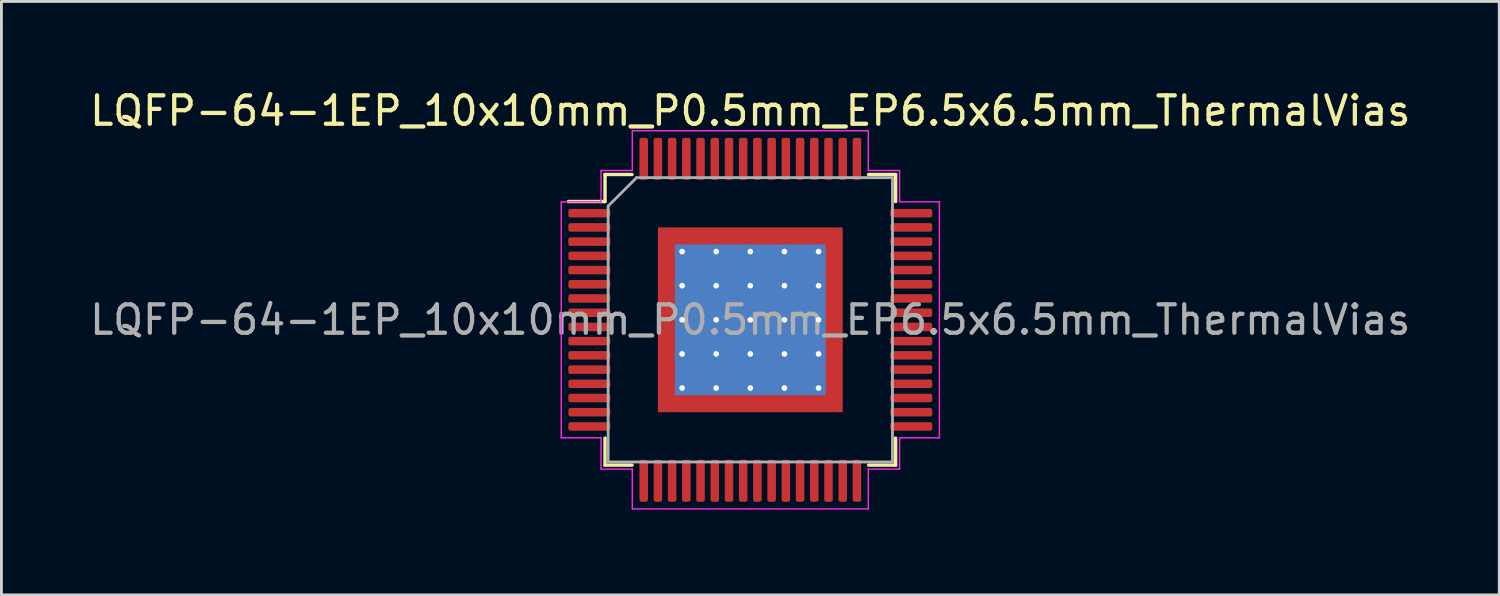
<source format=kicad_pcb>
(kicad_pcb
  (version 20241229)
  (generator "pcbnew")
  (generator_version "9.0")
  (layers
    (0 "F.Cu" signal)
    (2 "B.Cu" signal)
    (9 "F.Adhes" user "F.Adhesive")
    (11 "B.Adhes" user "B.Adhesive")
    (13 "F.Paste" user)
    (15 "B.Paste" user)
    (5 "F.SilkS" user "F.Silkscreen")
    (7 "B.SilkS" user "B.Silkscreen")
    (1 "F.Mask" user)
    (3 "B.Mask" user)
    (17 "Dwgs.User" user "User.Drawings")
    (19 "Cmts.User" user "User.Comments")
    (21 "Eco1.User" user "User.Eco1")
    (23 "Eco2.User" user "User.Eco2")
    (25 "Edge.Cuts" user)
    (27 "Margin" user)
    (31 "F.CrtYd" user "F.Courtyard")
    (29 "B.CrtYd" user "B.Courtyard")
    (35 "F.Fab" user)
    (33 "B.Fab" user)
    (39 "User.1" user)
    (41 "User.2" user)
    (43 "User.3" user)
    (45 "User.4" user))
  (footprint "LQFP-64-1EP_10x10mm_P0.5mm_EP6.5x6.5mm_ThermalVias"
    (layer "F.Cu")
    (at 23.339 8.198)
    (property "Reference" "LQFP-64-1EP_10x10mm_P0.5mm_EP6.5x6.5mm_ThermalVias" (at 0 -7.35 0) (layer "F.SilkS") (effects (font (size 1 1) (thickness 0.15))))
    (attr smd)
    (fp_line (start -5.11 -5.11) (end -5.11 -4.16) (stroke (width 0.12) (type solid)) (layer "F.SilkS"))
    (fp_line (start -5.11 -4.16) (end -6.4 -4.16) (stroke (width 0.12) (type solid)) (layer "F.SilkS"))
    (fp_line (start -5.11 5.11) (end -5.11 4.16) (stroke (width 0.12) (type solid)) (layer "F.SilkS"))
    (fp_line (start -4.16 -5.11) (end -5.11 -5.11) (stroke (width 0.12) (type solid)) (layer "F.SilkS"))
    (fp_line (start -4.16 5.11) (end -5.11 5.11) (stroke (width 0.12) (type solid)) (layer "F.SilkS"))
    (fp_line (start 4.16 -5.11) (end 5.11 -5.11) (stroke (width 0.12) (type solid)) (layer "F.SilkS"))
    (fp_line (start 4.16 5.11) (end 5.11 5.11) (stroke (width 0.12) (type solid)) (layer "F.SilkS"))
    (fp_line (start 5.11 -5.11) (end 5.11 -4.16) (stroke (width 0.12) (type solid)) (layer "F.SilkS"))
    (fp_line (start 5.11 5.11) (end 5.11 4.16) (stroke (width 0.12) (type solid)) (layer "F.SilkS"))
    (fp_line (start -6.65 -4.15) (end -6.65 0) (stroke (width 0.05) (type solid)) (layer "F.CrtYd"))
    (fp_line (start -6.65 4.15) (end -6.65 0) (stroke (width 0.05) (type solid)) (layer "F.CrtYd"))
    (fp_line (start -5.25 -5.25) (end -5.25 -4.15) (stroke (width 0.05) (type solid)) (layer "F.CrtYd"))
    (fp_line (start -5.25 -4.15) (end -6.65 -4.15) (stroke (width 0.05) (type solid)) (layer "F.CrtYd"))
    (fp_line (start -5.25 4.15) (end -6.65 4.15) (stroke (width 0.05) (type solid)) (layer "F.CrtYd"))
    (fp_line (start -5.25 5.25) (end -5.25 4.15) (stroke (width 0.05) (type solid)) (layer "F.CrtYd"))
    (fp_line (start -4.15 -6.65) (end -4.15 -5.25) (stroke (width 0.05) (type solid)) (layer "F.CrtYd"))
    (fp_line (start -4.15 -5.25) (end -5.25 -5.25) (stroke (width 0.05) (type solid)) (layer "F.CrtYd"))
    (fp_line (start -4.15 5.25) (end -5.25 5.25) (stroke (width 0.05) (type solid)) (layer "F.CrtYd"))
    (fp_line (start -4.15 6.65) (end -4.15 5.25) (stroke (width 0.05) (type solid)) (layer "F.CrtYd"))
    (fp_line (start 0 -6.65) (end -4.15 -6.65) (stroke (width 0.05) (type solid)) (layer "F.CrtYd"))
    (fp_line (start 0 -6.65) (end 4.15 -6.65) (stroke (width 0.05) (type solid)) (layer "F.CrtYd"))
    (fp_line (start 0 6.65) (end -4.15 6.65) (stroke (width 0.05) (type solid)) (layer "F.CrtYd"))
    (fp_line (start 0 6.65) (end 4.15 6.65) (stroke (width 0.05) (type solid)) (layer "F.CrtYd"))
    (fp_line (start 4.15 -6.65) (end 4.15 -5.25) (stroke (width 0.05) (type solid)) (layer "F.CrtYd"))
    (fp_line (start 4.15 -5.25) (end 5.25 -5.25) (stroke (width 0.05) (type solid)) (layer "F.CrtYd"))
    (fp_line (start 4.15 5.25) (end 5.25 5.25) (stroke (width 0.05) (type solid)) (layer "F.CrtYd"))
    (fp_line (start 4.15 6.65) (end 4.15 5.25) (stroke (width 0.05) (type solid)) (layer "F.CrtYd"))
    (fp_line (start 5.25 -5.25) (end 5.25 -4.15) (stroke (width 0.05) (type solid)) (layer "F.CrtYd"))
    (fp_line (start 5.25 -4.15) (end 6.65 -4.15) (stroke (width 0.05) (type solid)) (layer "F.CrtYd"))
    (fp_line (start 5.25 4.15) (end 6.65 4.15) (stroke (width 0.05) (type solid)) (layer "F.CrtYd"))
    (fp_line (start 5.25 5.25) (end 5.25 4.15) (stroke (width 0.05) (type solid)) (layer "F.CrtYd"))
    (fp_line (start 6.65 -4.15) (end 6.65 0) (stroke (width 0.05) (type solid)) (layer "F.CrtYd"))
    (fp_line (start 6.65 4.15) (end 6.65 0) (stroke (width 0.05) (type solid)) (layer "F.CrtYd"))
    (fp_line (start -5 -4) (end -4 -5) (stroke (width 0.1) (type solid)) (layer "F.Fab"))
    (fp_line (start -5 5) (end -5 -4) (stroke (width 0.1) (type solid)) (layer "F.Fab"))
    (fp_line (start -4 -5) (end 5 -5) (stroke (width 0.1) (type solid)) (layer "F.Fab"))
    (fp_line (start 5 -5) (end 5 5) (stroke (width 0.1) (type solid)) (layer "F.Fab"))
    (fp_line (start 5 5) (end -5 5) (stroke (width 0.1) (type solid)) (layer "F.Fab"))
    (fp_text user "${REFERENCE}" (at 0 0 0) (layer "F.Fab") (effects (font (size 1 1) (thickness 0.15))))
    (pad "" smd custom (at -2.825 -2.825) (size 0.602 0.602) (layers "F.Paste") (options (anchor circle)) (primitives (gr_poly (pts (xy 0.259 0.19) (xy 0.19 0.259) (xy -0.259 0.259) (xy -0.259 -0.259) (xy 0.259 -0.259)) (width 0.167) (fill yes))))
    (pad "" smd roundrect (at -2.825 -1.8) (size 0.685 0.967) (layers "F.Paste") (roundrect_rratio 0.25))
    (pad "" smd roundrect (at -2.825 -0.6) (size 0.685 0.967) (layers "F.Paste") (roundrect_rratio 0.25))
    (pad "" smd roundrect (at -2.825 0.6) (size 0.685 0.967) (layers "F.Paste") (roundrect_rratio 0.25))
    (pad "" smd roundrect (at -2.825 1.8) (size 0.685 0.967) (layers "F.Paste") (roundrect_rratio 0.25))
    (pad "" smd custom (at -2.825 2.825) (size 0.602 0.602) (layers "F.Paste") (options (anchor circle)) (primitives (gr_poly (pts (xy 0.259 -0.19) (xy 0.259 0.259) (xy -0.259 0.259) (xy -0.259 -0.259) (xy 0.19 -0.259)) (width 0.167) (fill yes))))
    (pad "" smd roundrect (at -1.8 -2.825) (size 0.967 0.685) (layers "F.Paste") (roundrect_rratio 0.25))
    (pad "" smd roundrect (at -1.8 -1.8) (size 0.967 0.967) (layers "F.Paste") (roundrect_rratio 0.25))
    (pad "" smd roundrect (at -1.8 -0.6) (size 0.967 0.967) (layers "F.Paste") (roundrect_rratio 0.25))
    (pad "" smd roundrect (at -1.8 0.6) (size 0.967 0.967) (layers "F.Paste") (roundrect_rratio 0.25))
    (pad "" smd roundrect (at -1.8 1.8) (size 0.967 0.967) (layers "F.Paste") (roundrect_rratio 0.25))
    (pad "" smd roundrect (at -1.8 2.825) (size 0.967 0.685) (layers "F.Paste") (roundrect_rratio 0.25))
    (pad "" smd roundrect (at -0.6 -2.825) (size 0.967 0.685) (layers "F.Paste") (roundrect_rratio 0.25))
    (pad "" smd roundrect (at -0.6 -1.8) (size 0.967 0.967) (layers "F.Paste") (roundrect_rratio 0.25))
    (pad "" smd roundrect (at -0.6 -0.6) (size 0.967 0.967) (layers "F.Paste") (roundrect_rratio 0.25))
    (pad "" smd roundrect (at -0.6 0.6) (size 0.967 0.967) (layers "F.Paste") (roundrect_rratio 0.25))
    (pad "" smd roundrect (at -0.6 1.8) (size 0.967 0.967) (layers "F.Paste") (roundrect_rratio 0.25))
    (pad "" smd roundrect (at -0.6 2.825) (size 0.967 0.685) (layers "F.Paste") (roundrect_rratio 0.25))
    (pad "" smd roundrect (at 0.6 -2.825) (size 0.967 0.685) (layers "F.Paste") (roundrect_rratio 0.25))
    (pad "" smd roundrect (at 0.6 -1.8) (size 0.967 0.967) (layers "F.Paste") (roundrect_rratio 0.25))
    (pad "" smd roundrect (at 0.6 -0.6) (size 0.967 0.967) (layers "F.Paste") (roundrect_rratio 0.25))
    (pad "" smd roundrect (at 0.6 0.6) (size 0.967 0.967) (layers "F.Paste") (roundrect_rratio 0.25))
    (pad "" smd roundrect (at 0.6 1.8) (size 0.967 0.967) (layers "F.Paste") (roundrect_rratio 0.25))
    (pad "" smd roundrect (at 0.6 2.825) (size 0.967 0.685) (layers "F.Paste") (roundrect_rratio 0.25))
    (pad "" smd roundrect (at 1.8 -2.825) (size 0.967 0.685) (layers "F.Paste") (roundrect_rratio 0.25))
    (pad "" smd roundrect (at 1.8 -1.8) (size 0.967 0.967) (layers "F.Paste") (roundrect_rratio 0.25))
    (pad "" smd roundrect (at 1.8 -0.6) (size 0.967 0.967) (layers "F.Paste") (roundrect_rratio 0.25))
    (pad "" smd roundrect (at 1.8 0.6) (size 0.967 0.967) (layers "F.Paste") (roundrect_rratio 0.25))
    (pad "" smd roundrect (at 1.8 1.8) (size 0.967 0.967) (layers "F.Paste") (roundrect_rratio 0.25))
    (pad "" smd roundrect (at 1.8 2.825) (size 0.967 0.685) (layers "F.Paste") (roundrect_rratio 0.25))
    (pad "" smd custom (at 2.825 -2.825) (size 0.602 0.602) (layers "F.Paste") (options (anchor circle)) (primitives (gr_poly (pts (xy 0.259 0.259) (xy -0.19 0.259) (xy -0.259 0.19) (xy -0.259 -0.259) (xy 0.259 -0.259)) (width 0.167) (fill yes))))
    (pad "" smd roundrect (at 2.825 -1.8) (size 0.685 0.967) (layers "F.Paste") (roundrect_rratio 0.25))
    (pad "" smd roundrect (at 2.825 -0.6) (size 0.685 0.967) (layers "F.Paste") (roundrect_rratio 0.25))
    (pad "" smd roundrect (at 2.825 0.6) (size 0.685 0.967) (layers "F.Paste") (roundrect_rratio 0.25))
    (pad "" smd roundrect (at 2.825 1.8) (size 0.685 0.967) (layers "F.Paste") (roundrect_rratio 0.25))
    (pad "" smd custom (at 2.825 2.825) (size 0.602 0.602) (layers "F.Paste") (options (anchor circle)) (primitives (gr_poly (pts (xy 0.259 0.259) (xy -0.259 0.259) (xy -0.259 -0.19) (xy -0.19 -0.259) (xy 0.259 -0.259)) (width 0.167) (fill yes))))
    (pad "1" smd roundrect (at -5.662 -3.75) (size 1.475 0.3) (layers "F.Cu" "F.Mask" "F.Paste") (roundrect_rratio 0.25))
    (pad "2" smd roundrect (at -5.662 -3.25) (size 1.475 0.3) (layers "F.Cu" "F.Mask" "F.Paste") (roundrect_rratio 0.25))
    (pad "3" smd roundrect (at -5.662 -2.75) (size 1.475 0.3) (layers "F.Cu" "F.Mask" "F.Paste") (roundrect_rratio 0.25))
    (pad "4" smd roundrect (at -5.662 -2.25) (size 1.475 0.3) (layers "F.Cu" "F.Mask" "F.Paste") (roundrect_rratio 0.25))
    (pad "5" smd roundrect (at -5.662 -1.75) (size 1.475 0.3) (layers "F.Cu" "F.Mask" "F.Paste") (roundrect_rratio 0.25))
    (pad "6" smd roundrect (at -5.662 -1.25) (size 1.475 0.3) (layers "F.Cu" "F.Mask" "F.Paste") (roundrect_rratio 0.25))
    (pad "7" smd roundrect (at -5.662 -0.75) (size 1.475 0.3) (layers "F.Cu" "F.Mask" "F.Paste") (roundrect_rratio 0.25))
    (pad "8" smd roundrect (at -5.662 -0.25) (size 1.475 0.3) (layers "F.Cu" "F.Mask" "F.Paste") (roundrect_rratio 0.25))
    (pad "9" smd roundrect (at -5.662 0.25) (size 1.475 0.3) (layers "F.Cu" "F.Mask" "F.Paste") (roundrect_rratio 0.25))
    (pad "10" smd roundrect (at -5.662 0.75) (size 1.475 0.3) (layers "F.Cu" "F.Mask" "F.Paste") (roundrect_rratio 0.25))
    (pad "11" smd roundrect (at -5.662 1.25) (size 1.475 0.3) (layers "F.Cu" "F.Mask" "F.Paste") (roundrect_rratio 0.25))
    (pad "12" smd roundrect (at -5.662 1.75) (size 1.475 0.3) (layers "F.Cu" "F.Mask" "F.Paste") (roundrect_rratio 0.25))
    (pad "13" smd roundrect (at -5.662 2.25) (size 1.475 0.3) (layers "F.Cu" "F.Mask" "F.Paste") (roundrect_rratio 0.25))
    (pad "14" smd roundrect (at -5.662 2.75) (size 1.475 0.3) (layers "F.Cu" "F.Mask" "F.Paste") (roundrect_rratio 0.25))
    (pad "15" smd roundrect (at -5.662 3.25) (size 1.475 0.3) (layers "F.Cu" "F.Mask" "F.Paste") (roundrect_rratio 0.25))
    (pad "16" smd roundrect (at -5.662 3.75) (size 1.475 0.3) (layers "F.Cu" "F.Mask" "F.Paste") (roundrect_rratio 0.25))
    (pad "17" smd roundrect (at -3.75 5.662) (size 0.3 1.475) (layers "F.Cu" "F.Mask" "F.Paste") (roundrect_rratio 0.25))
    (pad "18" smd roundrect (at -3.25 5.662) (size 0.3 1.475) (layers "F.Cu" "F.Mask" "F.Paste") (roundrect_rratio 0.25))
    (pad "19" smd roundrect (at -2.75 5.662) (size 0.3 1.475) (layers "F.Cu" "F.Mask" "F.Paste") (roundrect_rratio 0.25))
    (pad "20" smd roundrect (at -2.25 5.662) (size 0.3 1.475) (layers "F.Cu" "F.Mask" "F.Paste") (roundrect_rratio 0.25))
    (pad "21" smd roundrect (at -1.75 5.662) (size 0.3 1.475) (layers "F.Cu" "F.Mask" "F.Paste") (roundrect_rratio 0.25))
    (pad "22" smd roundrect (at -1.25 5.662) (size 0.3 1.475) (layers "F.Cu" "F.Mask" "F.Paste") (roundrect_rratio 0.25))
    (pad "23" smd roundrect (at -0.75 5.662) (size 0.3 1.475) (layers "F.Cu" "F.Mask" "F.Paste") (roundrect_rratio 0.25))
    (pad "24" smd roundrect (at -0.25 5.662) (size 0.3 1.475) (layers "F.Cu" "F.Mask" "F.Paste") (roundrect_rratio 0.25))
    (pad "25" smd roundrect (at 0.25 5.662) (size 0.3 1.475) (layers "F.Cu" "F.Mask" "F.Paste") (roundrect_rratio 0.25))
    (pad "26" smd roundrect (at 0.75 5.662) (size 0.3 1.475) (layers "F.Cu" "F.Mask" "F.Paste") (roundrect_rratio 0.25))
    (pad "27" smd roundrect (at 1.25 5.662) (size 0.3 1.475) (layers "F.Cu" "F.Mask" "F.Paste") (roundrect_rratio 0.25))
    (pad "28" smd roundrect (at 1.75 5.662) (size 0.3 1.475) (layers "F.Cu" "F.Mask" "F.Paste") (roundrect_rratio 0.25))
    (pad "29" smd roundrect (at 2.25 5.662) (size 0.3 1.475) (layers "F.Cu" "F.Mask" "F.Paste") (roundrect_rratio 0.25))
    (pad "30" smd roundrect (at 2.75 5.662) (size 0.3 1.475) (layers "F.Cu" "F.Mask" "F.Paste") (roundrect_rratio 0.25))
    (pad "31" smd roundrect (at 3.25 5.662) (size 0.3 1.475) (layers "F.Cu" "F.Mask" "F.Paste") (roundrect_rratio 0.25))
    (pad "32" smd roundrect (at 3.75 5.662) (size 0.3 1.475) (layers "F.Cu" "F.Mask" "F.Paste") (roundrect_rratio 0.25))
    (pad "33" smd roundrect (at 5.662 3.75) (size 1.475 0.3) (layers "F.Cu" "F.Mask" "F.Paste") (roundrect_rratio 0.25))
    (pad "34" smd roundrect (at 5.662 3.25) (size 1.475 0.3) (layers "F.Cu" "F.Mask" "F.Paste") (roundrect_rratio 0.25))
    (pad "35" smd roundrect (at 5.662 2.75) (size 1.475 0.3) (layers "F.Cu" "F.Mask" "F.Paste") (roundrect_rratio 0.25))
    (pad "36" smd roundrect (at 5.662 2.25) (size 1.475 0.3) (layers "F.Cu" "F.Mask" "F.Paste") (roundrect_rratio 0.25))
    (pad "37" smd roundrect (at 5.662 1.75) (size 1.475 0.3) (layers "F.Cu" "F.Mask" "F.Paste") (roundrect_rratio 0.25))
    (pad "38" smd roundrect (at 5.662 1.25) (size 1.475 0.3) (layers "F.Cu" "F.Mask" "F.Paste") (roundrect_rratio 0.25))
    (pad "39" smd roundrect (at 5.662 0.75) (size 1.475 0.3) (layers "F.Cu" "F.Mask" "F.Paste") (roundrect_rratio 0.25))
    (pad "40" smd roundrect (at 5.662 0.25) (size 1.475 0.3) (layers "F.Cu" "F.Mask" "F.Paste") (roundrect_rratio 0.25))
    (pad "41" smd roundrect (at 5.662 -0.25) (size 1.475 0.3) (layers "F.Cu" "F.Mask" "F.Paste") (roundrect_rratio 0.25))
    (pad "42" smd roundrect (at 5.662 -0.75) (size 1.475 0.3) (layers "F.Cu" "F.Mask" "F.Paste") (roundrect_rratio 0.25))
    (pad "43" smd roundrect (at 5.662 -1.25) (size 1.475 0.3) (layers "F.Cu" "F.Mask" "F.Paste") (roundrect_rratio 0.25))
    (pad "44" smd roundrect (at 5.662 -1.75) (size 1.475 0.3) (layers "F.Cu" "F.Mask" "F.Paste") (roundrect_rratio 0.25))
    (pad "45" smd roundrect (at 5.662 -2.25) (size 1.475 0.3) (layers "F.Cu" "F.Mask" "F.Paste") (roundrect_rratio 0.25))
    (pad "46" smd roundrect (at 5.662 -2.75) (size 1.475 0.3) (layers "F.Cu" "F.Mask" "F.Paste") (roundrect_rratio 0.25))
    (pad "47" smd roundrect (at 5.662 -3.25) (size 1.475 0.3) (layers "F.Cu" "F.Mask" "F.Paste") (roundrect_rratio 0.25))
    (pad "48" smd roundrect (at 5.662 -3.75) (size 1.475 0.3) (layers "F.Cu" "F.Mask" "F.Paste") (roundrect_rratio 0.25))
    (pad "49" smd roundrect (at 3.75 -5.662) (size 0.3 1.475) (layers "F.Cu" "F.Mask" "F.Paste") (roundrect_rratio 0.25))
    (pad "50" smd roundrect (at 3.25 -5.662) (size 0.3 1.475) (layers "F.Cu" "F.Mask" "F.Paste") (roundrect_rratio 0.25))
    (pad "51" smd roundrect (at 2.75 -5.662) (size 0.3 1.475) (layers "F.Cu" "F.Mask" "F.Paste") (roundrect_rratio 0.25))
    (pad "52" smd roundrect (at 2.25 -5.662) (size 0.3 1.475) (layers "F.Cu" "F.Mask" "F.Paste") (roundrect_rratio 0.25))
    (pad "53" smd roundrect (at 1.75 -5.662) (size 0.3 1.475) (layers "F.Cu" "F.Mask" "F.Paste") (roundrect_rratio 0.25))
    (pad "54" smd roundrect (at 1.25 -5.662) (size 0.3 1.475) (layers "F.Cu" "F.Mask" "F.Paste") (roundrect_rratio 0.25))
    (pad "55" smd roundrect (at 0.75 -5.662) (size 0.3 1.475) (layers "F.Cu" "F.Mask" "F.Paste") (roundrect_rratio 0.25))
    (pad "56" smd roundrect (at 0.25 -5.662) (size 0.3 1.475) (layers "F.Cu" "F.Mask" "F.Paste") (roundrect_rratio 0.25))
    (pad "57" smd roundrect (at -0.25 -5.662) (size 0.3 1.475) (layers "F.Cu" "F.Mask" "F.Paste") (roundrect_rratio 0.25))
    (pad "58" smd roundrect (at -0.75 -5.662) (size 0.3 1.475) (layers "F.Cu" "F.Mask" "F.Paste") (roundrect_rratio 0.25))
    (pad "59" smd roundrect (at -1.25 -5.662) (size 0.3 1.475) (layers "F.Cu" "F.Mask" "F.Paste") (roundrect_rratio 0.25))
    (pad "60" smd roundrect (at -1.75 -5.662) (size 0.3 1.475) (layers "F.Cu" "F.Mask" "F.Paste") (roundrect_rratio 0.25))
    (pad "61" smd roundrect (at -2.25 -5.662) (size 0.3 1.475) (layers "F.Cu" "F.Mask" "F.Paste") (roundrect_rratio 0.25))
    (pad "62" smd roundrect (at -2.75 -5.662) (size 0.3 1.475) (layers "F.Cu" "F.Mask" "F.Paste") (roundrect_rratio 0.25))
    (pad "63" smd roundrect (at -3.25 -5.662) (size 0.3 1.475) (layers "F.Cu" "F.Mask" "F.Paste") (roundrect_rratio 0.25))
    (pad "64" smd roundrect (at -3.75 -5.662) (size 0.3 1.475) (layers "F.Cu" "F.Mask" "F.Paste") (roundrect_rratio 0.25))
    (pad "65" thru_hole circle (at -2.4 -2.4) (size 0.5 0.5) (drill 0.2) (layers "*.Cu"))
    (pad "65" thru_hole circle (at -2.4 -1.2) (size 0.5 0.5) (drill 0.2) (layers "*.Cu"))
    (pad "65" thru_hole circle (at -2.4 0) (size 0.5 0.5) (drill 0.2) (layers "*.Cu"))
    (pad "65" thru_hole circle (at -2.4 1.2) (size 0.5 0.5) (drill 0.2) (layers "*.Cu"))
    (pad "65" thru_hole circle (at -2.4 2.4) (size 0.5 0.5) (drill 0.2) (layers "*.Cu"))
    (pad "65" thru_hole circle (at -1.2 -2.4) (size 0.5 0.5) (drill 0.2) (layers "*.Cu"))
    (pad "65" thru_hole circle (at -1.2 -1.2) (size 0.5 0.5) (drill 0.2) (layers "*.Cu"))
    (pad "65" thru_hole circle (at -1.2 0) (size 0.5 0.5) (drill 0.2) (layers "*.Cu"))
    (pad "65" thru_hole circle (at -1.2 1.2) (size 0.5 0.5) (drill 0.2) (layers "*.Cu"))
    (pad "65" thru_hole circle (at -1.2 2.4) (size 0.5 0.5) (drill 0.2) (layers "*.Cu"))
    (pad "65" thru_hole circle (at 0 -2.4) (size 0.5 0.5) (drill 0.2) (layers "*.Cu"))
    (pad "65" thru_hole circle (at 0 -1.2) (size 0.5 0.5) (drill 0.2) (layers "*.Cu"))
    (pad "65" thru_hole circle (at 0 0) (size 0.5 0.5) (drill 0.2) (layers "*.Cu"))
    (pad "65" smd rect (at 0 0) (size 5.3 5.3) (layers "B.Cu"))
    (pad "65" smd rect (at 0 0) (size 6.5 6.5) (layers "F.Cu" "F.Mask"))
    (pad "65" thru_hole circle (at 0 1.2) (size 0.5 0.5) (drill 0.2) (layers "*.Cu"))
    (pad "65" thru_hole circle (at 0 2.4) (size 0.5 0.5) (drill 0.2) (layers "*.Cu"))
    (pad "65" thru_hole circle (at 1.2 -2.4) (size 0.5 0.5) (drill 0.2) (layers "*.Cu"))
    (pad "65" thru_hole circle (at 1.2 -1.2) (size 0.5 0.5) (drill 0.2) (layers "*.Cu"))
    (pad "65" thru_hole circle (at 1.2 0) (size 0.5 0.5) (drill 0.2) (layers "*.Cu"))
    (pad "65" thru_hole circle (at 1.2 1.2) (size 0.5 0.5) (drill 0.2) (layers "*.Cu"))
    (pad "65" thru_hole circle (at 1.2 2.4) (size 0.5 0.5) (drill 0.2) (layers "*.Cu"))
    (pad "65" thru_hole circle (at 2.4 -2.4) (size 0.5 0.5) (drill 0.2) (layers "*.Cu"))
    (pad "65" thru_hole circle (at 2.4 -1.2) (size 0.5 0.5) (drill 0.2) (layers "*.Cu"))
    (pad "65" thru_hole circle (at 2.4 0) (size 0.5 0.5) (drill 0.2) (layers "*.Cu"))
    (pad "65" thru_hole circle (at 2.4 1.2) (size 0.5 0.5) (drill 0.2) (layers "*.Cu"))
    (pad "65" thru_hole circle (at 2.4 2.4) (size 0.5 0.5) (drill 0.2) (layers "*.Cu")))
  (gr_rect
    (start -3 -3)
    (end 49.679 17.873)
    (stroke (width 0.1) (type default))
    (fill no)
    (layer "Edge.Cuts")))
</source>
